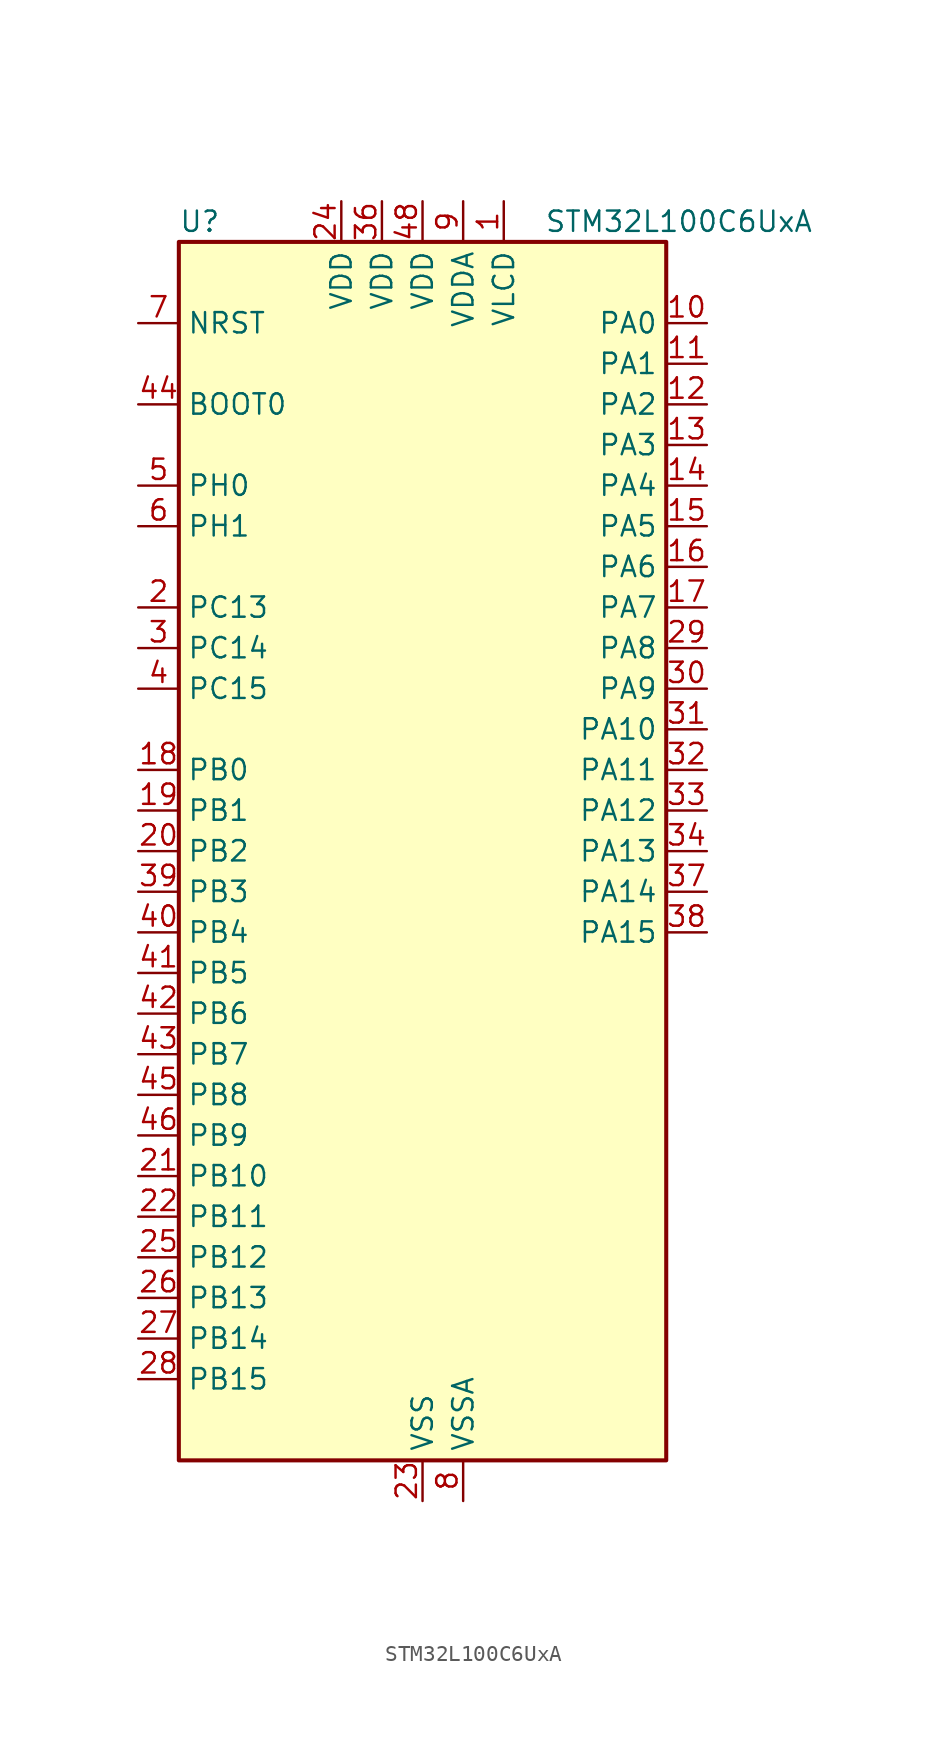
<source format=kicad_sym>
(kicad_symbol_lib
  (version 20241209)
  (generator "kicad_symbol_editor")
  (generator_version "9.0")
  (symbol "STM32L100C6UxA"
    (property "Reference" "U"
      (at -15.24 39.37 0)
      (effects (font (size 1.27 1.27)) (justify left)))
    (property "Value" "STM32L100C6UxA"
      (at 7.62 39.37 0)
      (effects (font (size 1.27 1.27)) (justify left)))
    (symbol "STM32L100C6UxA_0_1"
      (rectangle (start -15.24 -38.1) (end 15.24 38.1) (stroke (width 0.254) (type default)) (fill (type background))))
    (symbol "STM32L100C6UxA_1_1"
      (pin input line (at -17.78 33.02 0) (length 2.54) (name "NRST" (effects (font (size 1.27 1.27)))) (number "7" (effects (font (size 1.27 1.27)))))
      (pin input line (at -17.78 27.94 0) (length 2.54) (name "BOOT0" (effects (font (size 1.27 1.27)))) (number "44" (effects (font (size 1.27 1.27)))))
      (pin bidirectional line (at -17.78 22.86 0) (length 2.54) (name "PH0" (effects (font (size 1.27 1.27)))) (number "5" (effects (font (size 1.27 1.27)))) (alternate "RCC_OSC_IN" bidirectional line))
      (pin bidirectional line (at -17.78 20.32 0) (length 2.54) (name "PH1" (effects (font (size 1.27 1.27)))) (number "6" (effects (font (size 1.27 1.27)))) (alternate "RCC_OSC_OUT" bidirectional line))
      (pin bidirectional line (at -17.78 15.24 0) (length 2.54) (name "PC13" (effects (font (size 1.27 1.27)))) (number "2" (effects (font (size 1.27 1.27)))) (alternate "RTC_OUT_ALARM" bidirectional line) (alternate "RTC_OUT_CALIB" bidirectional line) (alternate "RTC_TAMP1" bidirectional line) (alternate "RTC_TS" bidirectional line) (alternate "SYS_WKUP2" bidirectional line) (alternate "TIMX_IC2" bidirectional line))
      (pin bidirectional line (at -17.78 12.7 0) (length 2.54) (name "PC14" (effects (font (size 1.27 1.27)))) (number "3" (effects (font (size 1.27 1.27)))) (alternate "RCC_OSC32_IN" bidirectional line) (alternate "TIMX_IC3" bidirectional line))
      (pin bidirectional line (at -17.78 10.16 0) (length 2.54) (name "PC15" (effects (font (size 1.27 1.27)))) (number "4" (effects (font (size 1.27 1.27)))) (alternate "ADC_EXTI15" bidirectional line) (alternate "RCC_OSC32_OUT" bidirectional line) (alternate "TIMX_IC4" bidirectional line))
      (pin bidirectional line (at -17.78 5.08 0) (length 2.54) (name "PB0" (effects (font (size 1.27 1.27)))) (number "18" (effects (font (size 1.27 1.27)))) (alternate "ADC_IN8" bidirectional line) (alternate "COMP1_INP" bidirectional line) (alternate "LCD_SEG5" bidirectional line) (alternate "SYS_V_REF_OUT" bidirectional line) (alternate "TIM3_CH3" bidirectional line))
      (pin bidirectional line (at -17.78 2.54 0) (length 2.54) (name "PB1" (effects (font (size 1.27 1.27)))) (number "19" (effects (font (size 1.27 1.27)))) (alternate "ADC_IN9" bidirectional line) (alternate "COMP1_INP" bidirectional line) (alternate "LCD_SEG6" bidirectional line) (alternate "SYS_V_REF_OUT" bidirectional line) (alternate "TIM3_CH4" bidirectional line))
      (pin bidirectional line (at -17.78 0 0) (length 2.54) (name "PB2" (effects (font (size 1.27 1.27)))) (number "20" (effects (font (size 1.27 1.27)))))
      (pin bidirectional line (at -17.78 -2.54 0) (length 2.54) (name "PB3" (effects (font (size 1.27 1.27)))) (number "39" (effects (font (size 1.27 1.27)))) (alternate "COMP2_INM" bidirectional line) (alternate "LCD_SEG7" bidirectional line) (alternate "SPI1_SCK" bidirectional line) (alternate "SYS_JTDO-TRACESWO" bidirectional line) (alternate "TIM2_CH2" bidirectional line))
      (pin bidirectional line (at -17.78 -5.08 0) (length 2.54) (name "PB4" (effects (font (size 1.27 1.27)))) (number "40" (effects (font (size 1.27 1.27)))) (alternate "COMP2_INP" bidirectional line) (alternate "LCD_SEG8" bidirectional line) (alternate "SPI1_MISO" bidirectional line) (alternate "SYS_JTRST" bidirectional line) (alternate "TIM3_CH1" bidirectional line))
      (pin bidirectional line (at -17.78 -7.62 0) (length 2.54) (name "PB5" (effects (font (size 1.27 1.27)))) (number "41" (effects (font (size 1.27 1.27)))) (alternate "COMP2_INP" bidirectional line) (alternate "I2C1_SMBA" bidirectional line) (alternate "LCD_SEG9" bidirectional line) (alternate "SPI1_MOSI" bidirectional line) (alternate "TIM3_CH2" bidirectional line))
      (pin bidirectional line (at -17.78 -10.16 0) (length 2.54) (name "PB6" (effects (font (size 1.27 1.27)))) (number "42" (effects (font (size 1.27 1.27)))) (alternate "I2C1_SCL" bidirectional line) (alternate "TIM4_CH1" bidirectional line) (alternate "USART1_TX" bidirectional line))
      (pin bidirectional line (at -17.78 -12.7 0) (length 2.54) (name "PB7" (effects (font (size 1.27 1.27)))) (number "43" (effects (font (size 1.27 1.27)))) (alternate "I2C1_SDA" bidirectional line) (alternate "SYS_PVD_IN" bidirectional line) (alternate "TIM4_CH2" bidirectional line) (alternate "USART1_RX" bidirectional line))
      (pin bidirectional line (at -17.78 -15.24 0) (length 2.54) (name "PB8" (effects (font (size 1.27 1.27)))) (number "45" (effects (font (size 1.27 1.27)))) (alternate "I2C1_SCL" bidirectional line) (alternate "LCD_SEG16" bidirectional line) (alternate "TIM10_CH1" bidirectional line) (alternate "TIM4_CH3" bidirectional line))
      (pin bidirectional line (at -17.78 -17.78 0) (length 2.54) (name "PB9" (effects (font (size 1.27 1.27)))) (number "46" (effects (font (size 1.27 1.27)))) (alternate "DAC_EXTI9" bidirectional line) (alternate "I2C1_SDA" bidirectional line) (alternate "LCD_COM3" bidirectional line) (alternate "TIM11_CH1" bidirectional line) (alternate "TIM4_CH4" bidirectional line))
      (pin bidirectional line (at -17.78 -20.32 0) (length 2.54) (name "PB10" (effects (font (size 1.27 1.27)))) (number "21" (effects (font (size 1.27 1.27)))) (alternate "I2C2_SCL" bidirectional line) (alternate "LCD_SEG10" bidirectional line) (alternate "TIM2_CH3" bidirectional line) (alternate "USART3_TX" bidirectional line))
      (pin bidirectional line (at -17.78 -22.86 0) (length 2.54) (name "PB11" (effects (font (size 1.27 1.27)))) (number "22" (effects (font (size 1.27 1.27)))) (alternate "ADC_EXTI11" bidirectional line) (alternate "I2C2_SDA" bidirectional line) (alternate "LCD_SEG11" bidirectional line) (alternate "TIM2_CH4" bidirectional line) (alternate "USART3_RX" bidirectional line))
      (pin bidirectional line (at -17.78 -25.4 0) (length 2.54) (name "PB12" (effects (font (size 1.27 1.27)))) (number "25" (effects (font (size 1.27 1.27)))) (alternate "ADC_IN18" bidirectional line) (alternate "COMP1_INP" bidirectional line) (alternate "I2C2_SMBA" bidirectional line) (alternate "LCD_SEG12" bidirectional line) (alternate "SPI2_NSS" bidirectional line) (alternate "TIM10_CH1" bidirectional line) (alternate "USART3_CK" bidirectional line))
      (pin bidirectional line (at -17.78 -27.94 0) (length 2.54) (name "PB13" (effects (font (size 1.27 1.27)))) (number "26" (effects (font (size 1.27 1.27)))) (alternate "ADC_IN19" bidirectional line) (alternate "COMP1_INP" bidirectional line) (alternate "LCD_SEG13" bidirectional line) (alternate "SPI2_SCK" bidirectional line) (alternate "TIM9_CH1" bidirectional line) (alternate "USART3_CTS" bidirectional line))
      (pin bidirectional line (at -17.78 -30.48 0) (length 2.54) (name "PB14" (effects (font (size 1.27 1.27)))) (number "27" (effects (font (size 1.27 1.27)))) (alternate "ADC_IN20" bidirectional line) (alternate "COMP1_INP" bidirectional line) (alternate "LCD_SEG14" bidirectional line) (alternate "SPI2_MISO" bidirectional line) (alternate "TIM9_CH2" bidirectional line) (alternate "USART3_RTS" bidirectional line))
      (pin bidirectional line (at -17.78 -33.02 0) (length 2.54) (name "PB15" (effects (font (size 1.27 1.27)))) (number "28" (effects (font (size 1.27 1.27)))) (alternate "ADC_EXTI15" bidirectional line) (alternate "ADC_IN21" bidirectional line) (alternate "COMP1_INP" bidirectional line) (alternate "LCD_SEG15" bidirectional line) (alternate "RTC_REFIN" bidirectional line) (alternate "SPI2_MOSI" bidirectional line) (alternate "TIM11_CH1" bidirectional line))
      (pin power_in line (at -5.08 40.64 270) (length 2.54) (name "VDD" (effects (font (size 1.27 1.27)))) (number "24" (effects (font (size 1.27 1.27)))))
      (pin power_in line (at -2.54 40.64 270) (length 2.54) (name "VDD" (effects (font (size 1.27 1.27)))) (number "36" (effects (font (size 1.27 1.27)))))
      (pin power_in line (at 0 40.64 270) (length 2.54) (name "VDD" (effects (font (size 1.27 1.27)))) (number "48" (effects (font (size 1.27 1.27)))))
      (pin power_in line (at 0 -40.64 90) (length 2.54) (name "VSS" (effects (font (size 1.27 1.27)))) (number "23" (effects (font (size 1.27 1.27)))))
      (pin passive line (at 0 -40.64 90) (length 2.54) (hide yes) (name "VSS" (effects (font (size 1.27 1.27)))) (number "35" (effects (font (size 1.27 1.27)))))
      (pin passive line (at 0 -40.64 90) (length 2.54) (hide yes) (name "VSS" (effects (font (size 1.27 1.27)))) (number "47" (effects (font (size 1.27 1.27)))))
      (pin passive line (at 0 -40.64 90) (length 2.54) (hide yes) (name "VSS" (effects (font (size 1.27 1.27)))) (number "49" (effects (font (size 1.27 1.27)))))
      (pin power_in line (at 2.54 40.64 270) (length 2.54) (name "VDDA" (effects (font (size 1.27 1.27)))) (number "9" (effects (font (size 1.27 1.27)))))
      (pin power_in line (at 2.54 -40.64 90) (length 2.54) (name "VSSA" (effects (font (size 1.27 1.27)))) (number "8" (effects (font (size 1.27 1.27)))))
      (pin power_in line (at 5.08 40.64 270) (length 2.54) (name "VLCD" (effects (font (size 1.27 1.27)))) (number "1" (effects (font (size 1.27 1.27)))))
      (pin bidirectional line (at 17.78 33.02 180) (length 2.54) (name "PA0" (effects (font (size 1.27 1.27)))) (number "10" (effects (font (size 1.27 1.27)))) (alternate "ADC_IN0" bidirectional line) (alternate "COMP1_INP" bidirectional line) (alternate "RTC_TAMP2" bidirectional line) (alternate "SYS_WKUP1" bidirectional line) (alternate "TIM2_CH1" bidirectional line) (alternate "TIM2_ETR" bidirectional line) (alternate "TIMX_IC1" bidirectional line) (alternate "USART2_CTS" bidirectional line))
      (pin bidirectional line (at 17.78 30.48 180) (length 2.54) (name "PA1" (effects (font (size 1.27 1.27)))) (number "11" (effects (font (size 1.27 1.27)))) (alternate "ADC_IN1" bidirectional line) (alternate "COMP1_INP" bidirectional line) (alternate "LCD_SEG0" bidirectional line) (alternate "TIM2_CH2" bidirectional line) (alternate "TIMX_IC2" bidirectional line) (alternate "USART2_RTS" bidirectional line))
      (pin bidirectional line (at 17.78 27.94 180) (length 2.54) (name "PA2" (effects (font (size 1.27 1.27)))) (number "12" (effects (font (size 1.27 1.27)))) (alternate "ADC_IN2" bidirectional line) (alternate "COMP1_INP" bidirectional line) (alternate "LCD_SEG1" bidirectional line) (alternate "TIM2_CH3" bidirectional line) (alternate "TIM9_CH1" bidirectional line) (alternate "TIMX_IC3" bidirectional line) (alternate "USART2_TX" bidirectional line))
      (pin bidirectional line (at 17.78 25.4 180) (length 2.54) (name "PA3" (effects (font (size 1.27 1.27)))) (number "13" (effects (font (size 1.27 1.27)))) (alternate "ADC_IN3" bidirectional line) (alternate "COMP1_INP" bidirectional line) (alternate "LCD_SEG2" bidirectional line) (alternate "TIM2_CH4" bidirectional line) (alternate "TIM9_CH2" bidirectional line) (alternate "TIMX_IC4" bidirectional line) (alternate "USART2_RX" bidirectional line))
      (pin bidirectional line (at 17.78 22.86 180) (length 2.54) (name "PA4" (effects (font (size 1.27 1.27)))) (number "14" (effects (font (size 1.27 1.27)))) (alternate "ADC_IN4" bidirectional line) (alternate "COMP1_INP" bidirectional line) (alternate "DAC_OUT1" bidirectional line) (alternate "SPI1_NSS" bidirectional line) (alternate "TIMX_IC1" bidirectional line) (alternate "USART2_CK" bidirectional line))
      (pin bidirectional line (at 17.78 20.32 180) (length 2.54) (name "PA5" (effects (font (size 1.27 1.27)))) (number "15" (effects (font (size 1.27 1.27)))) (alternate "ADC_IN5" bidirectional line) (alternate "COMP1_INP" bidirectional line) (alternate "DAC_OUT2" bidirectional line) (alternate "SPI1_SCK" bidirectional line) (alternate "TIM2_CH1" bidirectional line) (alternate "TIM2_ETR" bidirectional line) (alternate "TIMX_IC2" bidirectional line))
      (pin bidirectional line (at 17.78 17.78 180) (length 2.54) (name "PA6" (effects (font (size 1.27 1.27)))) (number "16" (effects (font (size 1.27 1.27)))) (alternate "ADC_IN6" bidirectional line) (alternate "COMP1_INP" bidirectional line) (alternate "LCD_SEG3" bidirectional line) (alternate "SPI1_MISO" bidirectional line) (alternate "TIM10_CH1" bidirectional line) (alternate "TIM3_CH1" bidirectional line) (alternate "TIMX_IC3" bidirectional line))
      (pin bidirectional line (at 17.78 15.24 180) (length 2.54) (name "PA7" (effects (font (size 1.27 1.27)))) (number "17" (effects (font (size 1.27 1.27)))) (alternate "ADC_IN7" bidirectional line) (alternate "COMP1_INP" bidirectional line) (alternate "LCD_SEG4" bidirectional line) (alternate "SPI1_MOSI" bidirectional line) (alternate "TIM11_CH1" bidirectional line) (alternate "TIM3_CH2" bidirectional line) (alternate "TIMX_IC4" bidirectional line))
      (pin bidirectional line (at 17.78 12.7 180) (length 2.54) (name "PA8" (effects (font (size 1.27 1.27)))) (number "29" (effects (font (size 1.27 1.27)))) (alternate "LCD_COM0" bidirectional line) (alternate "RCC_MCO" bidirectional line) (alternate "TIMX_IC1" bidirectional line) (alternate "USART1_CK" bidirectional line))
      (pin bidirectional line (at 17.78 10.16 180) (length 2.54) (name "PA9" (effects (font (size 1.27 1.27)))) (number "30" (effects (font (size 1.27 1.27)))) (alternate "DAC_EXTI9" bidirectional line) (alternate "LCD_COM1" bidirectional line) (alternate "TIMX_IC2" bidirectional line) (alternate "USART1_TX" bidirectional line))
      (pin bidirectional line (at 17.78 7.62 180) (length 2.54) (name "PA10" (effects (font (size 1.27 1.27)))) (number "31" (effects (font (size 1.27 1.27)))) (alternate "LCD_COM2" bidirectional line) (alternate "TIMX_IC3" bidirectional line) (alternate "USART1_RX" bidirectional line))
      (pin bidirectional line (at 17.78 5.08 180) (length 2.54) (name "PA11" (effects (font (size 1.27 1.27)))) (number "32" (effects (font (size 1.27 1.27)))) (alternate "ADC_EXTI11" bidirectional line) (alternate "SPI1_MISO" bidirectional line) (alternate "TIMX_IC4" bidirectional line) (alternate "USART1_CTS" bidirectional line) (alternate "USB_DM" bidirectional line))
      (pin bidirectional line (at 17.78 2.54 180) (length 2.54) (name "PA12" (effects (font (size 1.27 1.27)))) (number "33" (effects (font (size 1.27 1.27)))) (alternate "SPI1_MOSI" bidirectional line) (alternate "TIMX_IC1" bidirectional line) (alternate "USART1_RTS" bidirectional line) (alternate "USB_DP" bidirectional line))
      (pin bidirectional line (at 17.78 0 180) (length 2.54) (name "PA13" (effects (font (size 1.27 1.27)))) (number "34" (effects (font (size 1.27 1.27)))) (alternate "SYS_JTMS-SWDIO" bidirectional line) (alternate "TIMX_IC2" bidirectional line))
      (pin bidirectional line (at 17.78 -2.54 180) (length 2.54) (name "PA14" (effects (font (size 1.27 1.27)))) (number "37" (effects (font (size 1.27 1.27)))) (alternate "SYS_JTCK-SWCLK" bidirectional line) (alternate "TIMX_IC3" bidirectional line))
      (pin bidirectional line (at 17.78 -5.08 180) (length 2.54) (name "PA15" (effects (font (size 1.27 1.27)))) (number "38" (effects (font (size 1.27 1.27)))) (alternate "ADC_EXTI15" bidirectional line) (alternate "LCD_SEG17" bidirectional line) (alternate "SPI1_NSS" bidirectional line) (alternate "SYS_JTDI" bidirectional line) (alternate "TIM2_CH1" bidirectional line) (alternate "TIM2_ETR" bidirectional line) (alternate "TIMX_IC4" bidirectional line)))))
</source>
